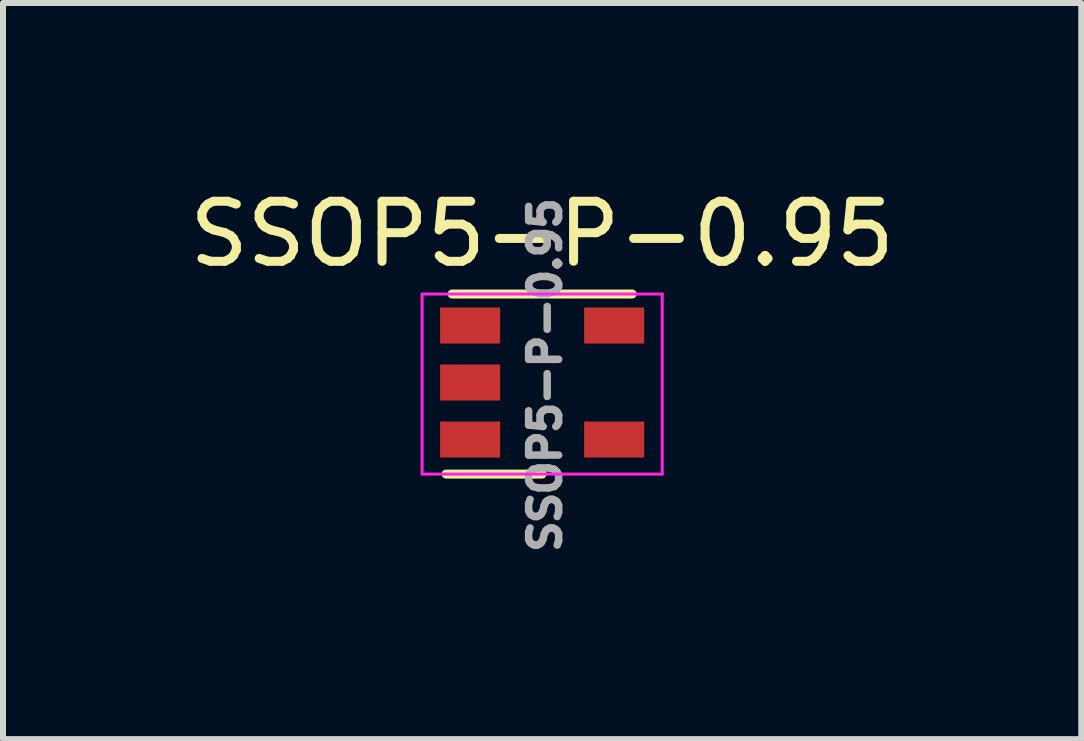
<source format=kicad_pcb>
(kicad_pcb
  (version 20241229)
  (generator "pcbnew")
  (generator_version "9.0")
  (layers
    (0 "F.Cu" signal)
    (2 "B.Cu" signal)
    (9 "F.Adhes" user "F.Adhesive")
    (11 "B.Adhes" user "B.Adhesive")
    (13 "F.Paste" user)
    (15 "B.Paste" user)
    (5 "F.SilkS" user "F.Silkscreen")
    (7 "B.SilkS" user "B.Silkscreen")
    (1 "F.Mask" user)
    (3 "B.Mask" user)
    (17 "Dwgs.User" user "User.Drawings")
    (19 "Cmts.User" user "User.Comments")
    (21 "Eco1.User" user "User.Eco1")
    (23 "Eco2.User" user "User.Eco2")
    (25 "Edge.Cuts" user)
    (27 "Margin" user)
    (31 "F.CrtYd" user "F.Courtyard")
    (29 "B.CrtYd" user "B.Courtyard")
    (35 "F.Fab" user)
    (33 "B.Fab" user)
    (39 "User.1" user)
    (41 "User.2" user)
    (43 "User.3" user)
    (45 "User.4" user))
  (footprint "SSOP5-P-0.95"
    (layer "F.Cu")
    (at 5.982 3.348)
    (property "Reference" "SSOP5-P-0.95" (at 0 -2.5 0) (unlocked yes) (layer "F.SilkS") (effects (font (size 1 1) (thickness 0.15))))
    (attr smd)
    (fp_line (start -1.6 1.5) (end 0 1.5) (stroke (width 0.15) (type solid)) (layer "F.SilkS"))
    (fp_line (start -1.5 -1.5) (end 1.5 -1.5) (stroke (width 0.15) (type solid)) (layer "F.SilkS"))
    (fp_line (start -2 -1.5) (end -2 1.5) (stroke (width 0.05) (type solid)) (layer "F.CrtYd"))
    (fp_line (start -2 -1.5) (end 2 -1.5) (stroke (width 0.05) (type solid)) (layer "F.CrtYd"))
    (fp_line (start -2 1.5) (end 2 1.5) (stroke (width 0.05) (type solid)) (layer "F.CrtYd"))
    (fp_line (start 2 -1.5) (end 2 1.5) (stroke (width 0.05) (type solid)) (layer "F.CrtYd"))
    (fp_text user "${REFERENCE}" (at 0.05 -0.15 90) (layer "F.Fab") (effects (font (size 0.5 0.5) (thickness 0.125))))
    (pad "1" smd rect (at -1.2 -0.975) (size 1 0.6) (layers "F.Cu" "F.Mask" "F.Paste"))
    (pad "2" smd rect (at -1.2 -0.025) (size 1 0.6) (layers "F.Cu" "F.Mask" "F.Paste"))
    (pad "3" smd rect (at -1.2 0.925) (size 1 0.6) (layers "F.Cu" "F.Mask" "F.Paste"))
    (pad "4" smd rect (at 1.2 0.925) (size 1 0.6) (layers "F.Cu" "F.Mask" "F.Paste"))
    (pad "5" smd rect (at 1.2 -0.975) (size 1 0.6) (layers "F.Cu" "F.Mask" "F.Paste")))
  (gr_rect
    (start -3 -3)
    (end 14.964 9.264)
    (stroke (width 0.1) (type default))
    (fill no)
    (layer "Edge.Cuts")))
</source>
